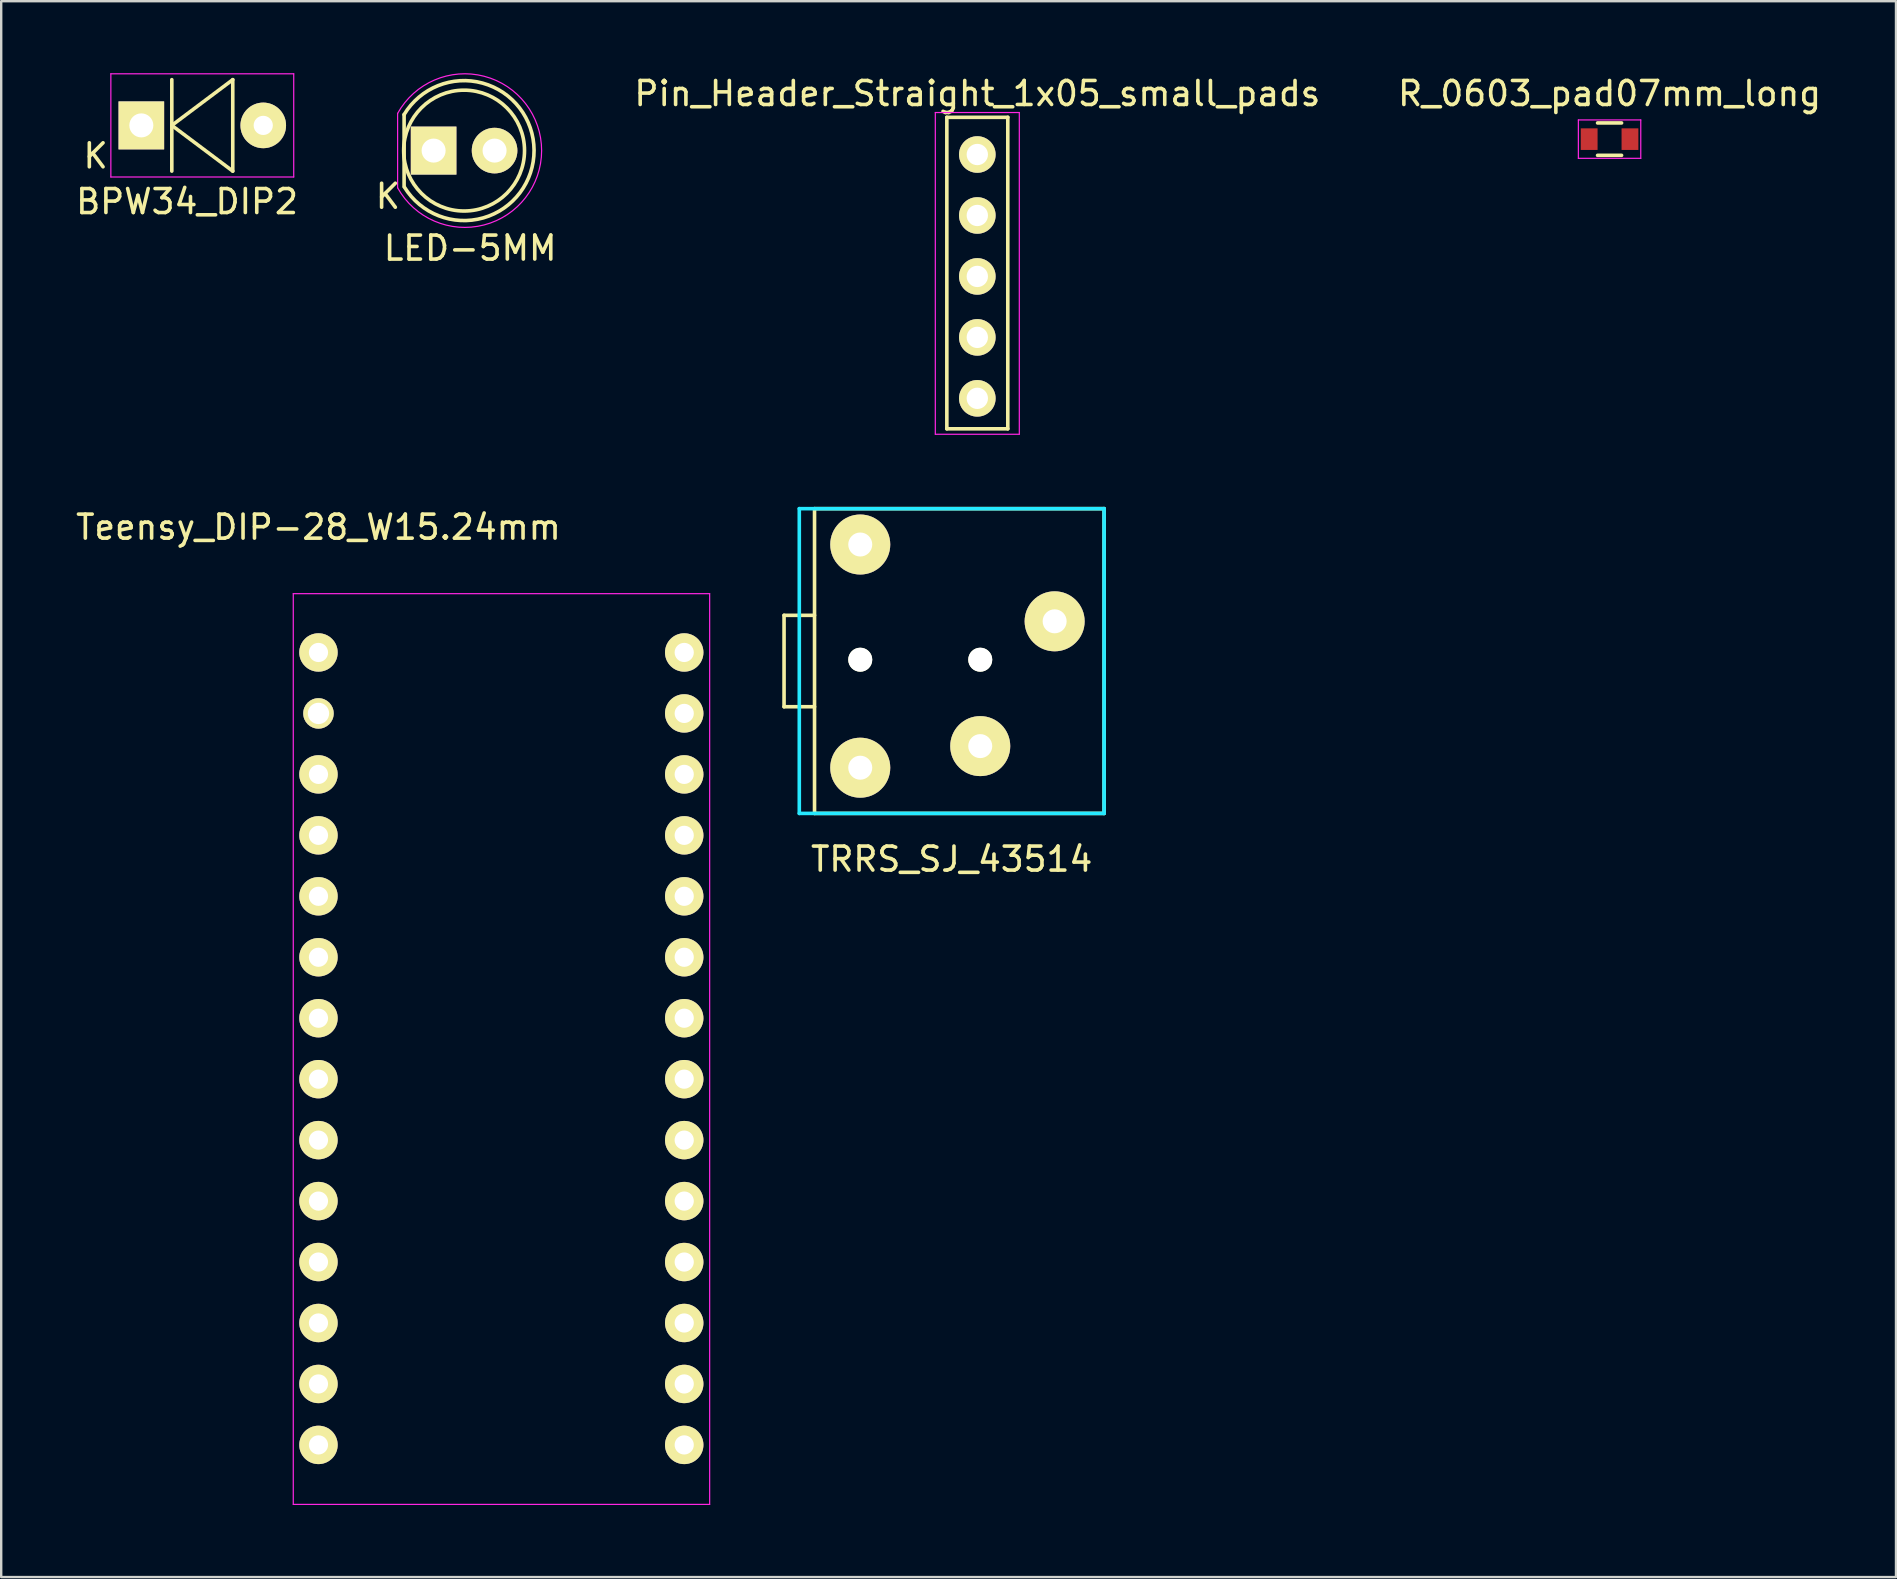
<source format=kicad_pcb>
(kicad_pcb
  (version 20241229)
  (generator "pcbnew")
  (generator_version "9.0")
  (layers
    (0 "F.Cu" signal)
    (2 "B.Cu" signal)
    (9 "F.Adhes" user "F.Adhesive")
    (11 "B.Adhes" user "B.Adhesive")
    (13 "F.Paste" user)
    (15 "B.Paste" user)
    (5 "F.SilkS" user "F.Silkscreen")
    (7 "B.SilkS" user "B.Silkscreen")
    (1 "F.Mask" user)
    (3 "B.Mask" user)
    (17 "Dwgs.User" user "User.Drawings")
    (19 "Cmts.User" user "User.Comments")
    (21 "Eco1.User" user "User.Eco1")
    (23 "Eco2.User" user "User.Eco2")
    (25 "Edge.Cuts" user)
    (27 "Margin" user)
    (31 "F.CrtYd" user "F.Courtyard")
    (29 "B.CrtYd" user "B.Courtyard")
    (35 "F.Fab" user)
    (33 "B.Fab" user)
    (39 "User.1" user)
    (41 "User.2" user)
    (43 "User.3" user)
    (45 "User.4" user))
  (footprint "BPW34_DIP2"
    (layer "F.Cu")
    (at 2.839 2.175)
    (property "Reference" "BPW34_DIP2" (at 1.905 3.175 0) (layer "F.SilkS") (effects (font (size 1 1) (thickness 0.15))))
    (attr through_hole)
    (fp_line (start 1.27 -1.905) (end 1.27 1.905) (stroke (width 0.15) (type solid)) (layer "F.SilkS"))
    (fp_line (start 1.27 0) (end 3.81 1.905) (stroke (width 0.15) (type solid)) (layer "F.SilkS"))
    (fp_line (start 3.81 -1.905) (end 1.27 0) (stroke (width 0.15) (type solid)) (layer "F.SilkS"))
    (fp_line (start 3.81 1.905) (end 3.81 -1.905) (stroke (width 0.15) (type solid)) (layer "F.SilkS"))
    (fp_line (start -1.27 -2.15) (end 6.35 -2.15) (stroke (width 0.05) (type solid)) (layer "F.CrtYd"))
    (fp_line (start -1.27 2.15) (end -1.27 -2.15) (stroke (width 0.05) (type solid)) (layer "F.CrtYd"))
    (fp_line (start 6.35 -2.15) (end 6.35 2.15) (stroke (width 0.05) (type solid)) (layer "F.CrtYd"))
    (fp_line (start 6.35 2.15) (end -1.27 2.15) (stroke (width 0.05) (type solid)) (layer "F.CrtYd"))
    (fp_text user "K" (at -1.905 1.27 0) (layer "F.SilkS") (effects (font (size 1 1) (thickness 0.15))))
    (pad "1" thru_hole rect (at 0 0 90) (size 2 1.9) (drill 1.001) (layers "*.Cu" "*.Mask" "F.SilkS"))
    (pad "2" thru_hole circle (at 5.08 0) (size 1.9 1.9) (drill 0.8) (layers "*.Cu" "*.Mask" "F.SilkS")))
  (footprint "TRRS_SJ_43514"
    (layer "F.Cu")
    (at 32.795 28.939)
    (property "Reference" "TRRS_SJ_43514" (at 3.81 3.81 180) (layer "F.SilkS") (effects (font (size 1 1) (thickness 0.15))))
    (attr through_hole)
    (fp_line (start -3.175 -6.35) (end -1.905 -6.35) (stroke (width 0.15) (type solid)) (layer "F.SilkS"))
    (fp_line (start -3.175 -2.54) (end -3.175 -6.35) (stroke (width 0.15) (type solid)) (layer "F.SilkS"))
    (fp_line (start -1.905 -10.795) (end -1.905 1.905) (stroke (width 0.15) (type solid)) (layer "F.SilkS"))
    (fp_line (start -1.905 -2.54) (end -3.175 -2.54) (stroke (width 0.15) (type solid)) (layer "F.SilkS"))
    (fp_line (start -1.905 1.905) (end 10.16 1.905) (stroke (width 0.15) (type solid)) (layer "F.SilkS"))
    (fp_line (start 10.16 -10.795) (end -1.905 -10.795) (stroke (width 0.15) (type solid)) (layer "F.SilkS"))
    (fp_line (start 10.16 1.905) (end 10.16 -10.795) (stroke (width 0.15) (type solid)) (layer "F.SilkS"))
    (fp_line (start -2.54 -10.795) (end 10.16 -10.795) (stroke (width 0.15) (type solid)) (layer "B.CrtYd"))
    (fp_line (start -2.54 1.905) (end -2.54 -10.795) (stroke (width 0.15) (type solid)) (layer "B.CrtYd"))
    (fp_line (start 10.16 -10.795) (end 10.16 1.905) (stroke (width 0.15) (type solid)) (layer "B.CrtYd"))
    (fp_line (start 10.16 1.905) (end -2.54 1.905) (stroke (width 0.15) (type solid)) (layer "B.CrtYd"))
    (pad "" np_thru_hole circle (at 0 -4.5) (size 1 1) (drill 1) (layers "*.Cu" "*.Mask" "F.SilkS"))
    (pad "" np_thru_hole circle (at 5 -4.5) (size 1 1) (drill 1) (layers "*.Cu" "*.Mask" "F.SilkS"))
    (pad "1" thru_hole circle (at 0 -9.3) (size 2.5 2.5) (drill 1) (layers "*.Cu" "*.Mask" "F.SilkS"))
    (pad "2" thru_hole circle (at 5 -0.9) (size 2.5 2.5) (drill 1) (layers "*.Cu" "*.Mask" "F.SilkS"))
    (pad "3" thru_hole circle (at 8.1 -6.1) (size 2.5 2.5) (drill 1) (layers "*.Cu" "*.Mask" "F.SilkS"))
    (pad "4" thru_hole circle (at 0 0) (size 2.5 2.5) (drill 1) (layers "*.Cu" "*.Mask" "F.SilkS")))
  (footprint "Pin_Header_Straight_1x05_small_pads"
    (layer "F.Cu")
    (at 37.673 3.388)
    (property "Reference" "Pin_Header_Straight_1x05_small_pads" (at 0 -2.54 0) (layer "F.SilkS") (effects (font (size 1 1) (thickness 0.15))))
    (attr through_hole)
    (fp_line (start -1.27 -1.55) (end 1.27 -1.55) (stroke (width 0.15) (type solid)) (layer "F.SilkS"))
    (fp_line (start -1.27 11.43) (end -1.27 -1.55) (stroke (width 0.15) (type solid)) (layer "F.SilkS"))
    (fp_line (start 1.27 -1.55) (end 1.27 11.43) (stroke (width 0.15) (type solid)) (layer "F.SilkS"))
    (fp_line (start 1.27 11.43) (end -1.27 11.43) (stroke (width 0.15) (type solid)) (layer "F.SilkS"))
    (fp_line (start -1.75 -1.75) (end -1.75 11.656) (stroke (width 0.05) (type solid)) (layer "F.CrtYd"))
    (fp_line (start -1.75 -1.75) (end 1.75 -1.75) (stroke (width 0.05) (type solid)) (layer "F.CrtYd"))
    (fp_line (start -1.75 11.656) (end 1.75 11.656) (stroke (width 0.05) (type solid)) (layer "F.CrtYd"))
    (fp_line (start 1.75 -1.75) (end 1.75 11.656) (stroke (width 0.05) (type solid)) (layer "F.CrtYd"))
    (pad "1" thru_hole circle (at 0 0) (size 1.524 1.524) (drill 0.889) (layers "*.Cu" "*.Mask" "F.SilkS"))
    (pad "2" thru_hole circle (at 0 2.54) (size 1.524 1.524) (drill 0.889) (layers "*.Cu" "*.Mask" "F.SilkS"))
    (pad "3" thru_hole circle (at 0 5.08) (size 1.524 1.524) (drill 0.889) (layers "*.Cu" "*.Mask" "F.SilkS"))
    (pad "4" thru_hole circle (at 0 7.62) (size 1.524 1.524) (drill 0.889) (layers "*.Cu" "*.Mask" "F.SilkS"))
    (pad "5" thru_hole circle (at 0 10.16) (size 1.524 1.524) (drill 0.889) (layers "*.Cu" "*.Mask" "F.SilkS")))
  (footprint "LED-5MM"
    (layer "F.Cu")
    (at 15.018 3.225)
    (property "Reference" "LED-5MM" (at 1.524 4.064 0) (layer "F.SilkS") (effects (font (size 1 1) (thickness 0.15))))
    (attr through_hole)
    (fp_line (start -1.23 1.5) (end -1.23 -1.5) (stroke (width 0.15) (type solid)) (layer "F.SilkS"))
    (fp_arc (start -1.23 -1.5) (mid 4.18544 -0.014565) (end -1.214888 1.524904) (stroke (width 0.15) (type solid)) (layer "F.SilkS"))
    (fp_circle (center 1.27 0) (end 0.97 -2.5) (stroke (width 0.15) (type solid)) (fill no) (layer "F.SilkS"))
    (fp_line (start -1.5 -1.55) (end -1.5 1.55) (stroke (width 0.05) (type solid)) (layer "F.CrtYd"))
    (fp_arc (start -1.498248 -1.55316) (mid 4.50039 0.001807) (end -1.5 1.55) (stroke (width 0.05) (type solid)) (layer "F.CrtYd"))
    (fp_text user "K" (at -1.905 1.905 0) (layer "F.SilkS") (effects (font (size 1 1) (thickness 0.15))))
    (pad "1" thru_hole rect (at 0 0 90) (size 2 1.9) (drill 1.001) (layers "*.Cu" "*.Mask" "F.SilkS"))
    (pad "2" thru_hole circle (at 2.54 0) (size 1.9 1.9) (drill 1.001) (layers "*.Cu" "*.Mask" "F.SilkS")))
  (footprint "Teensy_DIP-28_W15.24mm"
    (layer "F.Cu")
    (at 10.22 24.137)
    (property "Reference" "Teensy_DIP-28_W15.24mm" (at 0 -5.22 0) (layer "F.SilkS") (effects (font (size 1 1) (thickness 0.15))))
    (attr through_hole)
    (fp_line (start -1.05 -2.45) (end -1.05 35.5) (stroke (width 0.05) (type solid)) (layer "F.CrtYd"))
    (fp_line (start -1.05 -2.45) (end 16.3 -2.45) (stroke (width 0.05) (type solid)) (layer "F.CrtYd"))
    (fp_line (start -1.05 35.5) (end 16.3 35.5) (stroke (width 0.05) (type solid)) (layer "F.CrtYd"))
    (fp_line (start 16.3 -2.45) (end 16.3 35.5) (stroke (width 0.05) (type solid)) (layer "F.CrtYd"))
    (pad "1" thru_hole oval (at 0 0) (size 1.6 1.6) (drill 0.8) (layers "*.Cu" "*.Mask" "F.SilkS"))
    (pad "2" thru_hole circle (at 0 2.54) (size 1.27 1.27) (drill 0.889) (layers "*.Cu" "*.Mask" "F.SilkS"))
    (pad "3" thru_hole oval (at 0 5.08) (size 1.6 1.6) (drill 0.8) (layers "*.Cu" "*.Mask" "F.SilkS"))
    (pad "4" thru_hole oval (at 0 7.62) (size 1.6 1.6) (drill 0.8) (layers "*.Cu" "*.Mask" "F.SilkS"))
    (pad "5" thru_hole oval (at 0 10.16) (size 1.6 1.6) (drill 0.8) (layers "*.Cu" "*.Mask" "F.SilkS"))
    (pad "6" thru_hole oval (at 0 12.7) (size 1.6 1.6) (drill 0.8) (layers "*.Cu" "*.Mask" "F.SilkS"))
    (pad "7" thru_hole oval (at 0 15.24) (size 1.6 1.6) (drill 0.8) (layers "*.Cu" "*.Mask" "F.SilkS"))
    (pad "8" thru_hole oval (at 0 17.78) (size 1.6 1.6) (drill 0.8) (layers "*.Cu" "*.Mask" "F.SilkS"))
    (pad "9" thru_hole oval (at 0 20.32) (size 1.6 1.6) (drill 0.8) (layers "*.Cu" "*.Mask" "F.SilkS"))
    (pad "10" thru_hole oval (at 0 22.86) (size 1.6 1.6) (drill 0.8) (layers "*.Cu" "*.Mask" "F.SilkS"))
    (pad "11" thru_hole oval (at 0 25.4) (size 1.6 1.6) (drill 0.8) (layers "*.Cu" "*.Mask" "F.SilkS"))
    (pad "12" thru_hole oval (at 0 27.94) (size 1.6 1.6) (drill 0.8) (layers "*.Cu" "*.Mask" "F.SilkS"))
    (pad "13" thru_hole oval (at 0 30.48) (size 1.6 1.6) (drill 0.8) (layers "*.Cu" "*.Mask" "F.SilkS"))
    (pad "14" thru_hole oval (at 0 33.02) (size 1.6 1.6) (drill 0.8) (layers "*.Cu" "*.Mask" "F.SilkS"))
    (pad "15" thru_hole oval (at 15.24 33.02) (size 1.6 1.6) (drill 0.8) (layers "*.Cu" "*.Mask" "F.SilkS"))
    (pad "16" thru_hole oval (at 15.24 30.48) (size 1.6 1.6) (drill 0.8) (layers "*.Cu" "*.Mask" "F.SilkS"))
    (pad "17" thru_hole oval (at 15.24 27.94) (size 1.6 1.6) (drill 0.8) (layers "*.Cu" "*.Mask" "F.SilkS"))
    (pad "18" thru_hole oval (at 15.24 25.4) (size 1.6 1.6) (drill 0.8) (layers "*.Cu" "*.Mask" "F.SilkS"))
    (pad "19" thru_hole oval (at 15.24 22.86) (size 1.6 1.6) (drill 0.8) (layers "*.Cu" "*.Mask" "F.SilkS"))
    (pad "20" thru_hole oval (at 15.24 20.32) (size 1.6 1.6) (drill 0.8) (layers "*.Cu" "*.Mask" "F.SilkS"))
    (pad "21" thru_hole oval (at 15.24 17.78) (size 1.6 1.6) (drill 0.8) (layers "*.Cu" "*.Mask" "F.SilkS"))
    (pad "22" thru_hole oval (at 15.24 15.24) (size 1.6 1.6) (drill 0.8) (layers "*.Cu" "*.Mask" "F.SilkS"))
    (pad "23" thru_hole oval (at 15.24 12.7) (size 1.6 1.6) (drill 0.8) (layers "*.Cu" "*.Mask" "F.SilkS"))
    (pad "24" thru_hole oval (at 15.24 10.16) (size 1.6 1.6) (drill 0.8) (layers "*.Cu" "*.Mask" "F.SilkS"))
    (pad "25" thru_hole oval (at 15.24 7.62) (size 1.6 1.6) (drill 0.8) (layers "*.Cu" "*.Mask" "F.SilkS"))
    (pad "26" thru_hole oval (at 15.24 5.08) (size 1.6 1.6) (drill 0.8) (layers "*.Cu" "*.Mask" "F.SilkS"))
    (pad "27" thru_hole oval (at 15.24 2.54) (size 1.6 1.6) (drill 0.8) (layers "*.Cu" "*.Mask" "F.SilkS"))
    (pad "28" thru_hole oval (at 15.24 0) (size 1.6 1.6) (drill 0.8) (layers "*.Cu" "*.Mask" "F.SilkS")))
  (footprint "R_0603_pad07mm_long"
    (layer "F.Cu")
    (at 64.018 2.748)
    (property "Reference" "R_0603_pad07mm_long" (at 0 -1.9 0) (layer "F.SilkS") (effects (font (size 1 1) (thickness 0.15))))
    (attr smd)
    (fp_line (start -0.5 -0.675) (end 0.5 -0.675) (stroke (width 0.15) (type solid)) (layer "F.SilkS"))
    (fp_line (start 0.5 0.675) (end -0.5 0.675) (stroke (width 0.15) (type solid)) (layer "F.SilkS"))
    (fp_line (start -1.3 -0.8) (end -1.3 0.8) (stroke (width 0.05) (type solid)) (layer "F.CrtYd"))
    (fp_line (start -1.3 -0.8) (end 1.3 -0.8) (stroke (width 0.05) (type solid)) (layer "F.CrtYd"))
    (fp_line (start -1.3 0.8) (end 1.3 0.8) (stroke (width 0.05) (type solid)) (layer "F.CrtYd"))
    (fp_line (start 1.3 -0.8) (end 1.3 0.8) (stroke (width 0.05) (type solid)) (layer "F.CrtYd"))
    (pad "1" smd rect (at -0.85 0) (size 0.7 0.9) (layers "F.Cu" "F.Mask" "F.Paste"))
    (pad "2" smd rect (at 0.85 0) (size 0.7 0.9) (layers "F.Cu" "F.Mask" "F.Paste")))
  (gr_rect
    (start -3 -3)
    (end 75.953 62.663)
    (stroke (width 0.1) (type default))
    (fill no)
    (layer "Edge.Cuts")))
</source>
